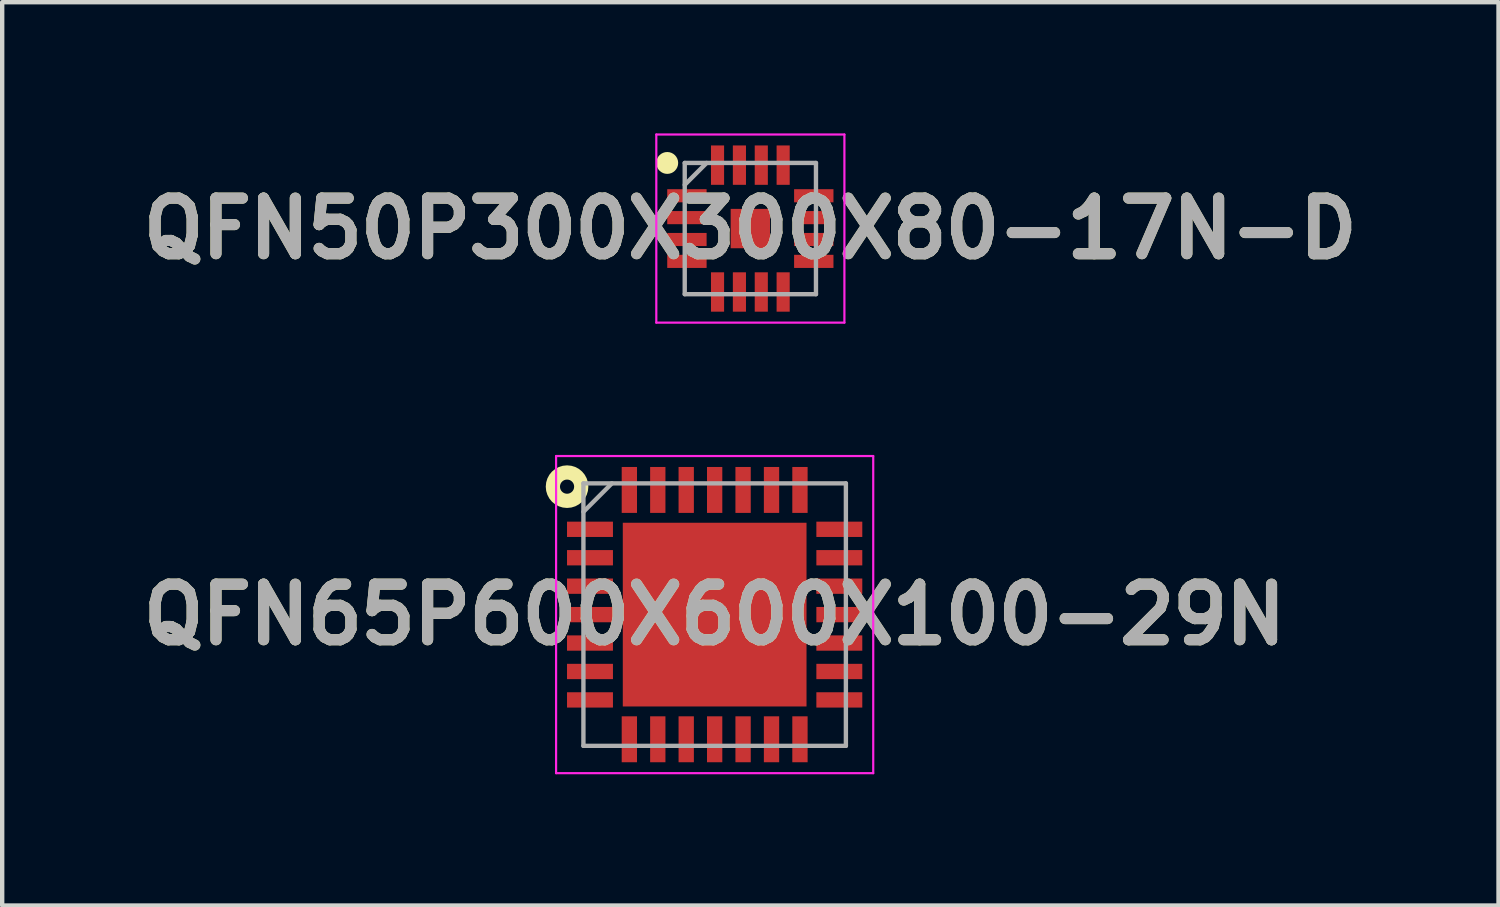
<source format=kicad_pcb>
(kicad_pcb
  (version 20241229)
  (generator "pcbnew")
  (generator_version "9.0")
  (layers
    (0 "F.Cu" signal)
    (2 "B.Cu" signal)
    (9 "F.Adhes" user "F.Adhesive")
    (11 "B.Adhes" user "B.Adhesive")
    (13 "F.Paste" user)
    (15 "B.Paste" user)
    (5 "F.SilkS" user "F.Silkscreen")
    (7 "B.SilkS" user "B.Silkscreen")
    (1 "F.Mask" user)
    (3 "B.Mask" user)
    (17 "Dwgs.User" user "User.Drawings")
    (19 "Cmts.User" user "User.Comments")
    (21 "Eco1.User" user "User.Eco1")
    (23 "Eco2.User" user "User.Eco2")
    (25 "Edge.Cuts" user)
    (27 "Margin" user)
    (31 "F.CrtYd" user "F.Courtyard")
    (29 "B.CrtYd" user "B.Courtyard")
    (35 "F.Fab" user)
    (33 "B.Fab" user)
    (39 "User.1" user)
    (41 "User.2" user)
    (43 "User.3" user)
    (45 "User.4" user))
  (footprint "QFN50P300X300X80-17N-D"
    (layer "F.Cu")
    (at 14.103 2.175)
    (property "Reference" "QFN50P300X300X80-17N-D" (at 0 0 0) (layer "F.SilkS") (effects (font (size 1.27 1.27) (thickness 0.254))))
    (attr smd)
    (fp_circle (center -1.9 -1.5) (end -1.9 -1.375) (stroke (width 0.25) (type solid)) (fill no) (layer "F.SilkS"))
    (fp_line (start -2.15 -2.15) (end 2.15 -2.15) (stroke (width 0.05) (type solid)) (layer "F.CrtYd"))
    (fp_line (start -2.15 2.15) (end -2.15 -2.15) (stroke (width 0.05) (type solid)) (layer "F.CrtYd"))
    (fp_line (start 2.15 -2.15) (end 2.15 2.15) (stroke (width 0.05) (type solid)) (layer "F.CrtYd"))
    (fp_line (start 2.15 2.15) (end -2.15 2.15) (stroke (width 0.05) (type solid)) (layer "F.CrtYd"))
    (fp_line (start -1.5 -1.5) (end 1.5 -1.5) (stroke (width 0.1) (type solid)) (layer "F.Fab"))
    (fp_line (start -1.5 -1) (end -1 -1.5) (stroke (width 0.1) (type solid)) (layer "F.Fab"))
    (fp_line (start -1.5 1.5) (end -1.5 -1.5) (stroke (width 0.1) (type solid)) (layer "F.Fab"))
    (fp_line (start 1.5 -1.5) (end 1.5 1.5) (stroke (width 0.1) (type solid)) (layer "F.Fab"))
    (fp_line (start 1.5 1.5) (end -1.5 1.5) (stroke (width 0.1) (type solid)) (layer "F.Fab"))
    (fp_text user "${REFERENCE}" (at 0 0 0) (layer "F.Fab") (effects (font (size 1.27 1.27) (thickness 0.254))))
    (pad "1" smd rect (at -1.45 -0.75 90) (size 0.3 0.9) (layers "F.Cu" "F.Mask" "F.Paste"))
    (pad "2" smd rect (at -1.45 -0.25 90) (size 0.3 0.9) (layers "F.Cu" "F.Mask" "F.Paste"))
    (pad "3" smd rect (at -1.45 0.25 90) (size 0.3 0.9) (layers "F.Cu" "F.Mask" "F.Paste"))
    (pad "4" smd rect (at -1.45 0.75 90) (size 0.3 0.9) (layers "F.Cu" "F.Mask" "F.Paste"))
    (pad "5" smd rect (at -0.75 1.45) (size 0.3 0.9) (layers "F.Cu" "F.Mask" "F.Paste"))
    (pad "6" smd rect (at -0.25 1.45) (size 0.3 0.9) (layers "F.Cu" "F.Mask" "F.Paste"))
    (pad "7" smd rect (at 0.25 1.45) (size 0.3 0.9) (layers "F.Cu" "F.Mask" "F.Paste"))
    (pad "8" smd rect (at 0.75 1.45) (size 0.3 0.9) (layers "F.Cu" "F.Mask" "F.Paste"))
    (pad "9" smd rect (at 1.45 0.75 90) (size 0.3 0.9) (layers "F.Cu" "F.Mask" "F.Paste"))
    (pad "10" smd rect (at 1.45 0.25 90) (size 0.3 0.9) (layers "F.Cu" "F.Mask" "F.Paste"))
    (pad "11" smd rect (at 1.45 -0.25 90) (size 0.3 0.9) (layers "F.Cu" "F.Mask" "F.Paste"))
    (pad "12" smd rect (at 1.45 -0.75 90) (size 0.3 0.9) (layers "F.Cu" "F.Mask" "F.Paste"))
    (pad "13" smd rect (at 0.75 -1.45) (size 0.3 0.9) (layers "F.Cu" "F.Mask" "F.Paste"))
    (pad "14" smd rect (at 0.25 -1.45) (size 0.3 0.9) (layers "F.Cu" "F.Mask" "F.Paste"))
    (pad "15" smd rect (at -0.25 -1.45) (size 0.3 0.9) (layers "F.Cu" "F.Mask" "F.Paste"))
    (pad "16" smd rect (at -0.75 -1.45) (size 0.3 0.9) (layers "F.Cu" "F.Mask" "F.Paste"))
    (pad "17" smd rect (at 0 0) (size 0.9 0.9) (layers "F.Cu" "F.Mask" "F.Paste")))
  (footprint "QFN65P600X600X100-29N"
    (layer "F.Cu")
    (at 13.287 11)
    (property "Reference" "QFN65P600X600X100-29N" (at 0 0 0) (layer "F.SilkS") (effects (font (size 1.27 1.27) (thickness 0.254))))
    (attr smd)
    (fp_circle (center -3.374 -2.925) (end -3.374 -2.763) (stroke (width 0.325) (type solid)) (fill no) (layer "F.SilkS"))
    (fp_line (start -3.625 -3.625) (end 3.625 -3.625) (stroke (width 0.05) (type solid)) (layer "F.CrtYd"))
    (fp_line (start -3.625 3.625) (end -3.625 -3.625) (stroke (width 0.05) (type solid)) (layer "F.CrtYd"))
    (fp_line (start 3.625 -3.625) (end 3.625 3.625) (stroke (width 0.05) (type solid)) (layer "F.CrtYd"))
    (fp_line (start 3.625 3.625) (end -3.625 3.625) (stroke (width 0.05) (type solid)) (layer "F.CrtYd"))
    (fp_line (start -3 -3) (end 3 -3) (stroke (width 0.1) (type solid)) (layer "F.Fab"))
    (fp_line (start -3 -2.35) (end -2.35 -3) (stroke (width 0.1) (type solid)) (layer "F.Fab"))
    (fp_line (start -3 3) (end -3 -3) (stroke (width 0.1) (type solid)) (layer "F.Fab"))
    (fp_line (start 3 -3) (end 3 3) (stroke (width 0.1) (type solid)) (layer "F.Fab"))
    (fp_line (start 3 3) (end -3 3) (stroke (width 0.1) (type solid)) (layer "F.Fab"))
    (fp_text user "${REFERENCE}" (at 0 0 0) (layer "F.Fab") (effects (font (size 1.27 1.27) (thickness 0.254))))
    (pad "1" smd rect (at -2.85 -1.95 90) (size 0.35 1.05) (layers "F.Cu" "F.Mask" "F.Paste"))
    (pad "2" smd rect (at -2.85 -1.3 90) (size 0.35 1.05) (layers "F.Cu" "F.Mask" "F.Paste"))
    (pad "3" smd rect (at -2.85 -0.65 90) (size 0.35 1.05) (layers "F.Cu" "F.Mask" "F.Paste"))
    (pad "4" smd rect (at -2.85 0 90) (size 0.35 1.05) (layers "F.Cu" "F.Mask" "F.Paste"))
    (pad "5" smd rect (at -2.85 0.65 90) (size 0.35 1.05) (layers "F.Cu" "F.Mask" "F.Paste"))
    (pad "6" smd rect (at -2.85 1.3 90) (size 0.35 1.05) (layers "F.Cu" "F.Mask" "F.Paste"))
    (pad "7" smd rect (at -2.85 1.95 90) (size 0.35 1.05) (layers "F.Cu" "F.Mask" "F.Paste"))
    (pad "8" smd rect (at -1.95 2.85) (size 0.35 1.05) (layers "F.Cu" "F.Mask" "F.Paste"))
    (pad "9" smd rect (at -1.3 2.85) (size 0.35 1.05) (layers "F.Cu" "F.Mask" "F.Paste"))
    (pad "10" smd rect (at -0.65 2.85) (size 0.35 1.05) (layers "F.Cu" "F.Mask" "F.Paste"))
    (pad "11" smd rect (at 0 2.85) (size 0.35 1.05) (layers "F.Cu" "F.Mask" "F.Paste"))
    (pad "12" smd rect (at 0.65 2.85) (size 0.35 1.05) (layers "F.Cu" "F.Mask" "F.Paste"))
    (pad "13" smd rect (at 1.3 2.85) (size 0.35 1.05) (layers "F.Cu" "F.Mask" "F.Paste"))
    (pad "14" smd rect (at 1.95 2.85) (size 0.35 1.05) (layers "F.Cu" "F.Mask" "F.Paste"))
    (pad "15" smd rect (at 2.85 1.95 90) (size 0.35 1.05) (layers "F.Cu" "F.Mask" "F.Paste"))
    (pad "16" smd rect (at 2.85 1.3 90) (size 0.35 1.05) (layers "F.Cu" "F.Mask" "F.Paste"))
    (pad "17" smd rect (at 2.85 0.65 90) (size 0.35 1.05) (layers "F.Cu" "F.Mask" "F.Paste"))
    (pad "18" smd rect (at 2.85 0 90) (size 0.35 1.05) (layers "F.Cu" "F.Mask" "F.Paste"))
    (pad "19" smd rect (at 2.85 -0.65 90) (size 0.35 1.05) (layers "F.Cu" "F.Mask" "F.Paste"))
    (pad "20" smd rect (at 2.85 -1.3 90) (size 0.35 1.05) (layers "F.Cu" "F.Mask" "F.Paste"))
    (pad "21" smd rect (at 2.85 -1.95 90) (size 0.35 1.05) (layers "F.Cu" "F.Mask" "F.Paste"))
    (pad "22" smd rect (at 1.95 -2.85) (size 0.35 1.05) (layers "F.Cu" "F.Mask" "F.Paste"))
    (pad "23" smd rect (at 1.3 -2.85) (size 0.35 1.05) (layers "F.Cu" "F.Mask" "F.Paste"))
    (pad "24" smd rect (at 0.65 -2.85) (size 0.35 1.05) (layers "F.Cu" "F.Mask" "F.Paste"))
    (pad "25" smd rect (at 0 -2.85) (size 0.35 1.05) (layers "F.Cu" "F.Mask" "F.Paste"))
    (pad "26" smd rect (at -0.65 -2.85) (size 0.35 1.05) (layers "F.Cu" "F.Mask" "F.Paste"))
    (pad "27" smd rect (at -1.3 -2.85) (size 0.35 1.05) (layers "F.Cu" "F.Mask" "F.Paste"))
    (pad "28" smd rect (at -1.95 -2.85) (size 0.35 1.05) (layers "F.Cu" "F.Mask" "F.Paste"))
    (pad "29" smd rect (at 0 0) (size 4.2 4.2) (layers "F.Cu" "F.Mask" "F.Paste")))
  (gr_rect
    (start -3 -3)
    (end 31.206 17.65)
    (stroke (width 0.1) (type default))
    (fill no)
    (layer "Edge.Cuts")))
</source>
